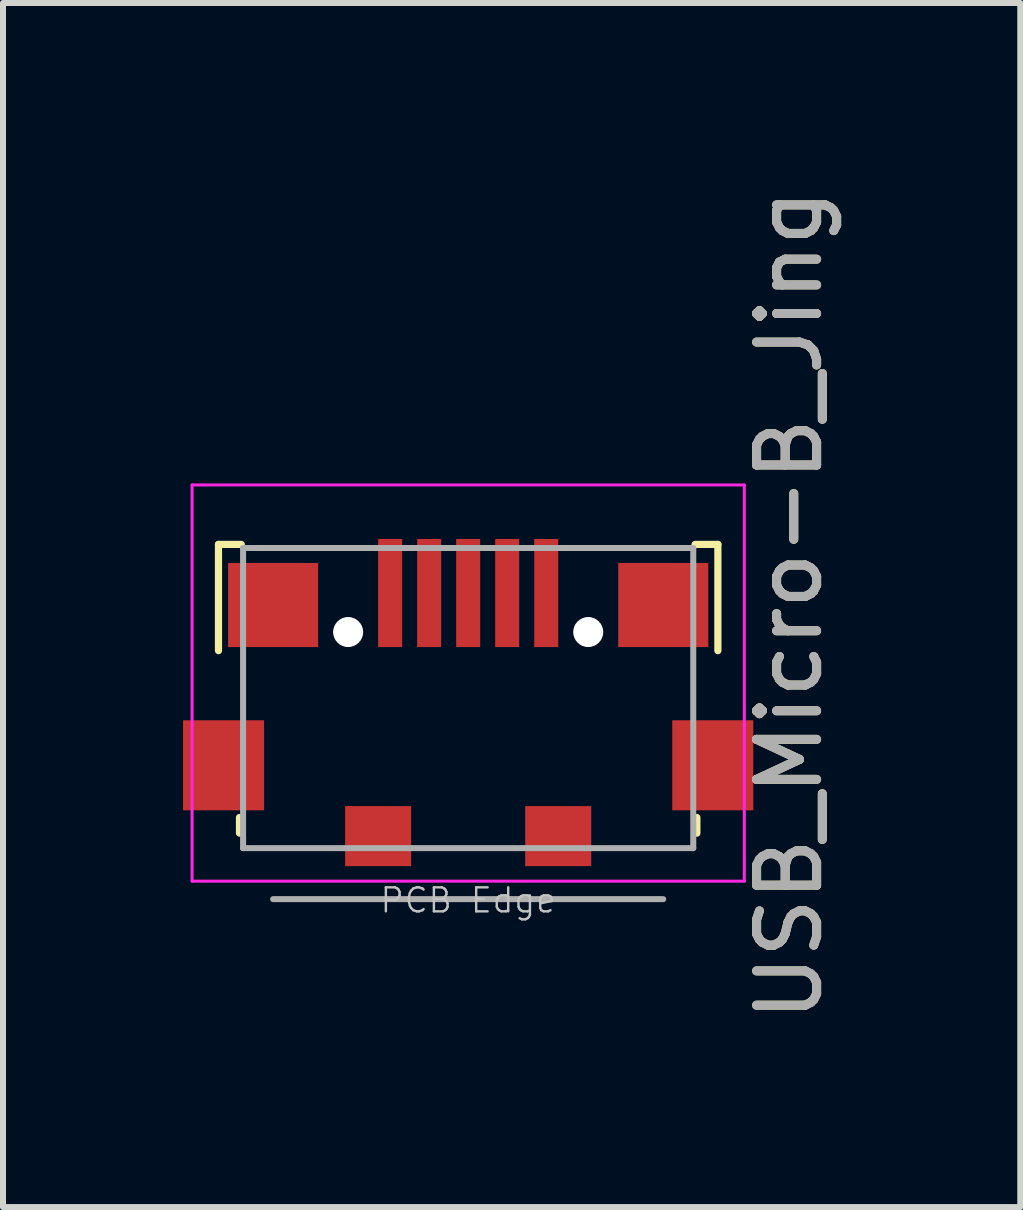
<source format=kicad_pcb>
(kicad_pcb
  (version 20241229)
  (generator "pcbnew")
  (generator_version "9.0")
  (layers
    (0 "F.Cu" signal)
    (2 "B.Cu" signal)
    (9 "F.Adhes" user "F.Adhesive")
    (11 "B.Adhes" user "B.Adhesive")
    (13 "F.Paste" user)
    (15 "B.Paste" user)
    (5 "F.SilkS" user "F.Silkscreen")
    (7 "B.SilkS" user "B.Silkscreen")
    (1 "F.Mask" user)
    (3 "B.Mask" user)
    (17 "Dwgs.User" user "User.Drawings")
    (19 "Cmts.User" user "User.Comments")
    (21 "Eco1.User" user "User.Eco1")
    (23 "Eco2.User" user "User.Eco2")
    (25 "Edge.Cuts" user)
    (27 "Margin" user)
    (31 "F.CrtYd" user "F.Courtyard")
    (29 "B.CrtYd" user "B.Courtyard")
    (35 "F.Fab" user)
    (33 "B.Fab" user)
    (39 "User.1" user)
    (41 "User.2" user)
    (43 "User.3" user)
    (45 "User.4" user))
  (footprint "USB_Micro-B_Jing"
    (layer "F.Cu")
    (at 4.75 8.93)
    (property "Reference" "USB_Micro-B_Jing" (at 5.35 -1.9 270) (layer "F.SilkS") (effects (font (size 1 1) (thickness 0.15))))
    (attr smd)
    (fp_line (start -4.16 -2.91) (end -3.78 -2.91) (stroke (width 0.12) (type solid)) (layer "F.SilkS"))
    (fp_line (start -4.16 -1.14) (end -4.16 -2.91) (stroke (width 0.12) (type solid)) (layer "F.SilkS"))
    (fp_line (start -3.81 1.9) (end -3.81 1.64) (stroke (width 0.12) (type solid)) (layer "F.SilkS"))
    (fp_line (start 3.81 1.64) (end 3.81 1.9) (stroke (width 0.12) (type solid)) (layer "F.SilkS"))
    (fp_line (start 4.16 -2.91) (end 3.78 -2.91) (stroke (width 0.12) (type solid)) (layer "F.SilkS"))
    (fp_line (start 4.16 -2.91) (end 4.16 -1.14) (stroke (width 0.12) (type solid)) (layer "F.SilkS"))
    (fp_line (start -4.6 -3.9) (end 4.6 -3.9) (stroke (width 0.05) (type solid)) (layer "F.CrtYd"))
    (fp_line (start -4.6 2.7) (end -4.6 -3.9) (stroke (width 0.05) (type solid)) (layer "F.CrtYd"))
    (fp_line (start 4.6 -3.9) (end 4.6 2.7) (stroke (width 0.05) (type solid)) (layer "F.CrtYd"))
    (fp_line (start 4.6 2.7) (end -4.6 2.7) (stroke (width 0.05) (type solid)) (layer "F.CrtYd"))
    (fp_line (start -3.75 -2.85) (end 3.75 -2.85) (stroke (width 0.1) (type solid)) (layer "F.Fab"))
    (fp_line (start -3.75 2.15) (end -3.75 -2.85) (stroke (width 0.1) (type solid)) (layer "F.Fab"))
    (fp_line (start -3.25 3) (end 3.25 3) (stroke (width 0.1) (type solid)) (layer "F.Fab"))
    (fp_line (start 3.75 -2.85) (end 3.75 2.15) (stroke (width 0.1) (type solid)) (layer "F.Fab"))
    (fp_line (start 3.75 2.15) (end -3.75 2.15) (stroke (width 0.1) (type solid)) (layer "F.Fab"))
    (fp_text user "PCB Edge" (at 0 3.02 180) (layer "Dwgs.User") (effects (font (size 0.4 0.4) (thickness 0.04))))
    (fp_text user "${REFERENCE}" (at 5.35 -1.9 90) (layer "F.Fab") (effects (font (size 1 1) (thickness 0.15))))
    (pad "" np_thru_hole circle (at -2 -1.45) (size 0.5 0.5) (drill 0.5) (layers "*.Cu" "*.Mask"))
    (pad "" np_thru_hole circle (at 2 -1.45) (size 0.5 0.5) (drill 0.5) (layers "*.Cu" "*.Mask"))
    (pad "1" smd rect (at -1.3 -2.1) (size 0.4 1.8) (layers "F.Cu" "F.Mask" "F.Paste"))
    (pad "2" smd rect (at -0.65 -2.1) (size 0.4 1.8) (layers "F.Cu" "F.Mask" "F.Paste"))
    (pad "3" smd rect (at 0 -2.1) (size 0.4 1.8) (layers "F.Cu" "F.Mask" "F.Paste"))
    (pad "4" smd rect (at 0.65 -2.1) (size 0.4 1.8) (layers "F.Cu" "F.Mask" "F.Paste"))
    (pad "5" smd rect (at 1.3 -2.1) (size 0.4 1.8) (layers "F.Cu" "F.Mask" "F.Paste"))
    (pad "6" smd rect (at -4.075 0.77) (size 1.35 1.5) (layers "F.Cu" "F.Mask" "F.Paste"))
    (pad "6" smd rect (at -3.25 -1.9) (size 1.5 1.4) (layers "F.Cu" "F.Mask" "F.Paste"))
    (pad "6" smd rect (at -1.5 1.95) (size 1.1 1) (layers "F.Cu" "F.Mask" "F.Paste"))
    (pad "6" smd rect (at 1.5 1.95) (size 1.1 1) (layers "F.Cu" "F.Mask" "F.Paste"))
    (pad "6" smd rect (at 3.25 -1.9) (size 1.5 1.4) (layers "F.Cu" "F.Mask" "F.Paste"))
    (pad "6" smd rect (at 4.075 0.77) (size 1.35 1.5) (layers "F.Cu" "F.Mask" "F.Paste")))
  (gr_rect
    (start -3 -3)
    (end 13.948 17.06)
    (stroke (width 0.1) (type default))
    (fill no)
    (layer "Edge.Cuts")))
</source>
